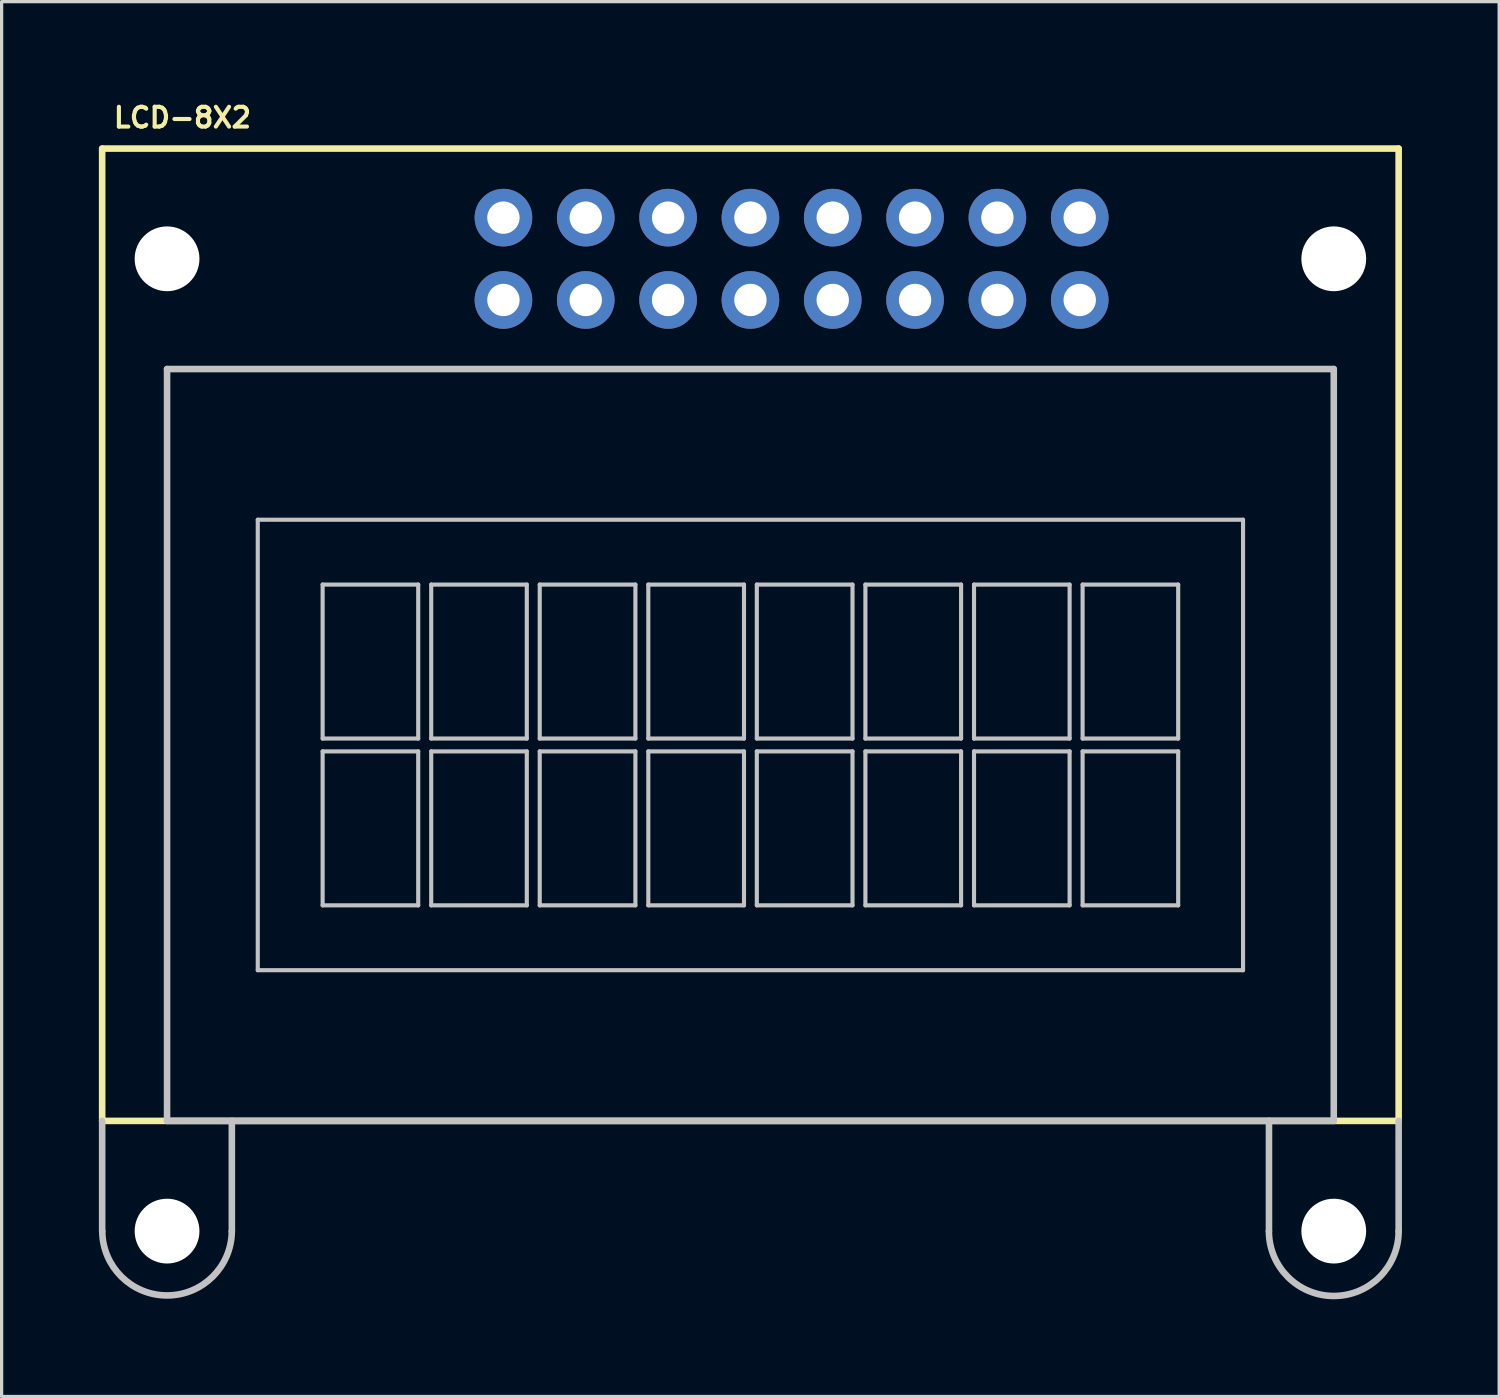
<source format=kicad_pcb>
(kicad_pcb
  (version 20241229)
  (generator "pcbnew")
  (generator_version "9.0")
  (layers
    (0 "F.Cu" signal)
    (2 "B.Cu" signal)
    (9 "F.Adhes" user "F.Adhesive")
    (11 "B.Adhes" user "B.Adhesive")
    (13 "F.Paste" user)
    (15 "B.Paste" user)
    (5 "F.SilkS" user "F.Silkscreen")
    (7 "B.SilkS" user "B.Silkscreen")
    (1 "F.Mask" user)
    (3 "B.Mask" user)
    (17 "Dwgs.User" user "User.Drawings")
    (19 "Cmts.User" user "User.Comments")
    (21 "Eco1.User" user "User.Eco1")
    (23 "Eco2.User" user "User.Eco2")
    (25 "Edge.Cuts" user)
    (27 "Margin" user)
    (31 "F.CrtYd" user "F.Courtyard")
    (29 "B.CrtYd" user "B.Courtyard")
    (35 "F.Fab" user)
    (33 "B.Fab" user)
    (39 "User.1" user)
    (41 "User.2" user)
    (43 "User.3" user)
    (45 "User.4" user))
  (footprint "LCD-8X2"
    (layer "F.Cu")
    (at 20.102 19.934)
    (property "Reference" "LCD-8X2" (at -17.523 -19.355 0) (layer "F.SilkS") (effects (font (size 0.61 0.61) (thickness 0.127))))
    (attr exclude_from_pos_files exclude_from_bom)
    (fp_line (start -20 -18.4) (end 20 -18.4) (stroke (width 0.203) (type solid)) (layer "F.SilkS"))
    (fp_line (start -20 11.598) (end -20 -18.4) (stroke (width 0.203) (type solid)) (layer "F.SilkS"))
    (fp_line (start 20 -18.4) (end 20 11.598) (stroke (width 0.203) (type solid)) (layer "F.SilkS"))
    (fp_line (start 20 11.598) (end -20 11.598) (stroke (width 0.203) (type solid)) (layer "F.SilkS"))
    (fp_line (start -20 14.999) (end -20 11.598) (stroke (width 0.203) (type solid)) (layer "Dwgs.User"))
    (fp_line (start -17.998 -11.598) (end -17.998 11.598) (stroke (width 0.203) (type solid)) (layer "Dwgs.User"))
    (fp_line (start -17.998 -11.598) (end 17.998 -11.598) (stroke (width 0.203) (type solid)) (layer "Dwgs.User"))
    (fp_line (start -17.998 11.598) (end 17.998 11.598) (stroke (width 0.203) (type solid)) (layer "Dwgs.User"))
    (fp_line (start -15.999 14.999) (end -15.999 11.598) (stroke (width 0.203) (type solid)) (layer "Dwgs.User"))
    (fp_line (start -15.199 -6.949) (end -15.199 6.949) (stroke (width 0.127) (type solid)) (layer "Dwgs.User"))
    (fp_line (start -15.199 6.949) (end 15.199 6.949) (stroke (width 0.127) (type solid)) (layer "Dwgs.User"))
    (fp_line (start -13.198 -4.948) (end -10.249 -4.948) (stroke (width 0.127) (type solid)) (layer "Dwgs.User"))
    (fp_line (start -13.198 -0.198) (end -13.198 -4.948) (stroke (width 0.127) (type solid)) (layer "Dwgs.User"))
    (fp_line (start -13.198 0.198) (end -13.198 4.948) (stroke (width 0.127) (type solid)) (layer "Dwgs.User"))
    (fp_line (start -13.198 4.948) (end -10.249 4.948) (stroke (width 0.127) (type solid)) (layer "Dwgs.User"))
    (fp_line (start -10.249 -4.948) (end -10.249 -0.198) (stroke (width 0.127) (type solid)) (layer "Dwgs.User"))
    (fp_line (start -10.249 -0.198) (end -13.198 -0.198) (stroke (width 0.127) (type solid)) (layer "Dwgs.User"))
    (fp_line (start -10.249 0.198) (end -13.198 0.198) (stroke (width 0.127) (type solid)) (layer "Dwgs.User"))
    (fp_line (start -10.249 4.948) (end -10.249 0.198) (stroke (width 0.127) (type solid)) (layer "Dwgs.User"))
    (fp_line (start -9.848 -4.948) (end -6.899 -4.948) (stroke (width 0.127) (type solid)) (layer "Dwgs.User"))
    (fp_line (start -9.848 -0.198) (end -9.848 -4.948) (stroke (width 0.127) (type solid)) (layer "Dwgs.User"))
    (fp_line (start -9.848 0.198) (end -9.848 4.948) (stroke (width 0.127) (type solid)) (layer "Dwgs.User"))
    (fp_line (start -9.848 4.948) (end -6.899 4.948) (stroke (width 0.127) (type solid)) (layer "Dwgs.User"))
    (fp_line (start -6.899 -4.948) (end -6.899 -0.198) (stroke (width 0.127) (type solid)) (layer "Dwgs.User"))
    (fp_line (start -6.899 -0.198) (end -9.848 -0.198) (stroke (width 0.127) (type solid)) (layer "Dwgs.User"))
    (fp_line (start -6.899 0.198) (end -9.848 0.198) (stroke (width 0.127) (type solid)) (layer "Dwgs.User"))
    (fp_line (start -6.899 4.948) (end -6.899 0.198) (stroke (width 0.127) (type solid)) (layer "Dwgs.User"))
    (fp_line (start -6.5 -4.948) (end -3.548 -4.948) (stroke (width 0.127) (type solid)) (layer "Dwgs.User"))
    (fp_line (start -6.5 -0.198) (end -6.5 -4.948) (stroke (width 0.127) (type solid)) (layer "Dwgs.User"))
    (fp_line (start -6.5 0.198) (end -6.5 4.948) (stroke (width 0.127) (type solid)) (layer "Dwgs.User"))
    (fp_line (start -6.5 4.948) (end -3.548 4.948) (stroke (width 0.127) (type solid)) (layer "Dwgs.User"))
    (fp_line (start -3.548 -4.948) (end -3.548 -0.198) (stroke (width 0.127) (type solid)) (layer "Dwgs.User"))
    (fp_line (start -3.548 -0.198) (end -6.5 -0.198) (stroke (width 0.127) (type solid)) (layer "Dwgs.User"))
    (fp_line (start -3.548 0.198) (end -6.5 0.198) (stroke (width 0.127) (type solid)) (layer "Dwgs.User"))
    (fp_line (start -3.548 4.948) (end -3.548 0.198) (stroke (width 0.127) (type solid)) (layer "Dwgs.User"))
    (fp_line (start -3.15 -4.948) (end -0.198 -4.948) (stroke (width 0.127) (type solid)) (layer "Dwgs.User"))
    (fp_line (start -3.15 -0.198) (end -3.15 -4.948) (stroke (width 0.127) (type solid)) (layer "Dwgs.User"))
    (fp_line (start -3.15 0.198) (end -3.15 4.948) (stroke (width 0.127) (type solid)) (layer "Dwgs.User"))
    (fp_line (start -3.15 4.948) (end -0.198 4.948) (stroke (width 0.127) (type solid)) (layer "Dwgs.User"))
    (fp_line (start -0.198 -4.948) (end -0.198 -0.198) (stroke (width 0.127) (type solid)) (layer "Dwgs.User"))
    (fp_line (start -0.198 -0.198) (end -3.15 -0.198) (stroke (width 0.127) (type solid)) (layer "Dwgs.User"))
    (fp_line (start -0.198 0.198) (end -3.15 0.198) (stroke (width 0.127) (type solid)) (layer "Dwgs.User"))
    (fp_line (start -0.198 4.948) (end -0.198 0.198) (stroke (width 0.127) (type solid)) (layer "Dwgs.User"))
    (fp_line (start 0.198 -4.948) (end 3.15 -4.948) (stroke (width 0.127) (type solid)) (layer "Dwgs.User"))
    (fp_line (start 0.198 -0.198) (end 0.198 -4.948) (stroke (width 0.127) (type solid)) (layer "Dwgs.User"))
    (fp_line (start 0.198 0.198) (end 0.198 4.948) (stroke (width 0.127) (type solid)) (layer "Dwgs.User"))
    (fp_line (start 0.198 4.948) (end 3.15 4.948) (stroke (width 0.127) (type solid)) (layer "Dwgs.User"))
    (fp_line (start 3.15 -4.948) (end 3.15 -0.198) (stroke (width 0.127) (type solid)) (layer "Dwgs.User"))
    (fp_line (start 3.15 -0.198) (end 0.198 -0.198) (stroke (width 0.127) (type solid)) (layer "Dwgs.User"))
    (fp_line (start 3.15 0.198) (end 0.198 0.198) (stroke (width 0.127) (type solid)) (layer "Dwgs.User"))
    (fp_line (start 3.15 4.948) (end 3.15 0.198) (stroke (width 0.127) (type solid)) (layer "Dwgs.User"))
    (fp_line (start 3.548 -4.948) (end 6.5 -4.948) (stroke (width 0.127) (type solid)) (layer "Dwgs.User"))
    (fp_line (start 3.548 -0.198) (end 3.548 -4.948) (stroke (width 0.127) (type solid)) (layer "Dwgs.User"))
    (fp_line (start 3.548 0.198) (end 3.548 4.948) (stroke (width 0.127) (type solid)) (layer "Dwgs.User"))
    (fp_line (start 3.548 4.948) (end 6.5 4.948) (stroke (width 0.127) (type solid)) (layer "Dwgs.User"))
    (fp_line (start 6.5 -4.948) (end 6.5 -0.198) (stroke (width 0.127) (type solid)) (layer "Dwgs.User"))
    (fp_line (start 6.5 -0.198) (end 3.548 -0.198) (stroke (width 0.127) (type solid)) (layer "Dwgs.User"))
    (fp_line (start 6.5 0.198) (end 3.548 0.198) (stroke (width 0.127) (type solid)) (layer "Dwgs.User"))
    (fp_line (start 6.5 4.948) (end 6.5 0.198) (stroke (width 0.127) (type solid)) (layer "Dwgs.User"))
    (fp_line (start 6.899 -4.948) (end 9.848 -4.948) (stroke (width 0.127) (type solid)) (layer "Dwgs.User"))
    (fp_line (start 6.899 -0.198) (end 6.899 -4.948) (stroke (width 0.127) (type solid)) (layer "Dwgs.User"))
    (fp_line (start 6.899 0.198) (end 6.899 4.948) (stroke (width 0.127) (type solid)) (layer "Dwgs.User"))
    (fp_line (start 6.899 4.948) (end 9.848 4.948) (stroke (width 0.127) (type solid)) (layer "Dwgs.User"))
    (fp_line (start 9.848 -4.948) (end 9.848 -0.198) (stroke (width 0.127) (type solid)) (layer "Dwgs.User"))
    (fp_line (start 9.848 -0.198) (end 6.899 -0.198) (stroke (width 0.127) (type solid)) (layer "Dwgs.User"))
    (fp_line (start 9.848 0.198) (end 6.899 0.198) (stroke (width 0.127) (type solid)) (layer "Dwgs.User"))
    (fp_line (start 9.848 4.948) (end 9.848 0.198) (stroke (width 0.127) (type solid)) (layer "Dwgs.User"))
    (fp_line (start 10.249 -4.948) (end 13.198 -4.948) (stroke (width 0.127) (type solid)) (layer "Dwgs.User"))
    (fp_line (start 10.249 -0.198) (end 10.249 -4.948) (stroke (width 0.127) (type solid)) (layer "Dwgs.User"))
    (fp_line (start 10.249 0.198) (end 10.249 4.948) (stroke (width 0.127) (type solid)) (layer "Dwgs.User"))
    (fp_line (start 10.249 4.948) (end 13.198 4.948) (stroke (width 0.127) (type solid)) (layer "Dwgs.User"))
    (fp_line (start 13.198 -4.948) (end 13.198 -0.198) (stroke (width 0.127) (type solid)) (layer "Dwgs.User"))
    (fp_line (start 13.198 -0.198) (end 10.249 -0.198) (stroke (width 0.127) (type solid)) (layer "Dwgs.User"))
    (fp_line (start 13.198 0.198) (end 10.249 0.198) (stroke (width 0.127) (type solid)) (layer "Dwgs.User"))
    (fp_line (start 13.198 4.948) (end 13.198 0.198) (stroke (width 0.127) (type solid)) (layer "Dwgs.User"))
    (fp_line (start 15.199 -6.949) (end -15.199 -6.949) (stroke (width 0.127) (type solid)) (layer "Dwgs.User"))
    (fp_line (start 15.199 6.949) (end 15.199 -6.949) (stroke (width 0.127) (type solid)) (layer "Dwgs.User"))
    (fp_line (start 15.999 14.999) (end 15.999 11.598) (stroke (width 0.203) (type solid)) (layer "Dwgs.User"))
    (fp_line (start 17.998 -11.598) (end 17.998 11.598) (stroke (width 0.203) (type solid)) (layer "Dwgs.User"))
    (fp_line (start 20 14.999) (end 20 11.598) (stroke (width 0.203) (type solid)) (layer "Dwgs.User"))
    (fp_arc (start -15.99946 14.9987) (mid -17.99844 16.99768) (end -19.99742 14.9987) (stroke (width 0.2032) (type solid)) (layer "Dwgs.User"))
    (fp_arc (start 19.99996 14.9987) (mid 17.99844 17.00022) (end 15.99692 14.9987) (stroke (width 0.2032) (type solid)) (layer "Dwgs.User"))
    (pad "" np_thru_hole circle (at -17.998 -14.999) (size 1.999 1.999) (drill 1.999) (layers "*.Cu" "*.Mask"))
    (pad "" np_thru_hole circle (at -17.998 14.999) (size 1.999 1.999) (drill 1.999) (layers "*.Cu" "*.Mask"))
    (pad "" np_thru_hole circle (at 17.998 -14.999) (size 1.999 1.999) (drill 1.999) (layers "*.Cu" "*.Mask"))
    (pad "" np_thru_hole circle (at 17.998 14.999) (size 1.999 1.999) (drill 1.999) (layers "*.Cu" "*.Mask"))
    (pad "1" thru_hole circle (at -7.62 -13.729) (size 1.778 1.778) (drill 0.998) (layers "*.Cu" "*.Paste" "*.Mask"))
    (pad "2" thru_hole circle (at -7.62 -16.269) (size 1.778 1.778) (drill 0.998) (layers "*.Cu" "*.Paste" "*.Mask"))
    (pad "3" thru_hole circle (at -5.08 -13.729) (size 1.778 1.778) (drill 0.998) (layers "*.Cu" "*.Paste" "*.Mask"))
    (pad "4" thru_hole circle (at -5.08 -16.269) (size 1.778 1.778) (drill 0.998) (layers "*.Cu" "*.Paste" "*.Mask"))
    (pad "5" thru_hole circle (at -2.54 -13.729) (size 1.778 1.778) (drill 0.998) (layers "*.Cu" "*.Paste" "*.Mask"))
    (pad "6" thru_hole circle (at -2.54 -16.269) (size 1.778 1.778) (drill 0.998) (layers "*.Cu" "*.Paste" "*.Mask"))
    (pad "7" thru_hole circle (at 0 -13.729) (size 1.778 1.778) (drill 0.998) (layers "*.Cu" "*.Paste" "*.Mask"))
    (pad "8" thru_hole circle (at 0 -16.269) (size 1.778 1.778) (drill 0.998) (layers "*.Cu" "*.Paste" "*.Mask"))
    (pad "9" thru_hole circle (at 2.54 -13.729) (size 1.778 1.778) (drill 0.998) (layers "*.Cu" "*.Paste" "*.Mask"))
    (pad "10" thru_hole circle (at 2.54 -16.269) (size 1.778 1.778) (drill 0.998) (layers "*.Cu" "*.Paste" "*.Mask"))
    (pad "11" thru_hole circle (at 5.08 -13.729) (size 1.778 1.778) (drill 0.998) (layers "*.Cu" "*.Paste" "*.Mask"))
    (pad "12" thru_hole circle (at 5.08 -16.269) (size 1.778 1.778) (drill 0.998) (layers "*.Cu" "*.Paste" "*.Mask"))
    (pad "13" thru_hole circle (at 7.62 -13.729) (size 1.778 1.778) (drill 0.998) (layers "*.Cu" "*.Paste" "*.Mask"))
    (pad "14" thru_hole circle (at 7.62 -16.269) (size 1.778 1.778) (drill 0.998) (layers "*.Cu" "*.Paste" "*.Mask"))
    (pad "15" thru_hole circle (at 10.16 -13.729) (size 1.778 1.778) (drill 0.998) (layers "*.Cu" "*.Paste" "*.Mask"))
    (pad "16" thru_hole circle (at 10.16 -16.269) (size 1.778 1.778) (drill 0.998) (layers "*.Cu" "*.Paste" "*.Mask")))
  (gr_rect
    (start -3 -3)
    (end 43.203 40.036)
    (stroke (width 0.1) (type default))
    (fill no)
    (layer "Edge.Cuts")))
</source>
